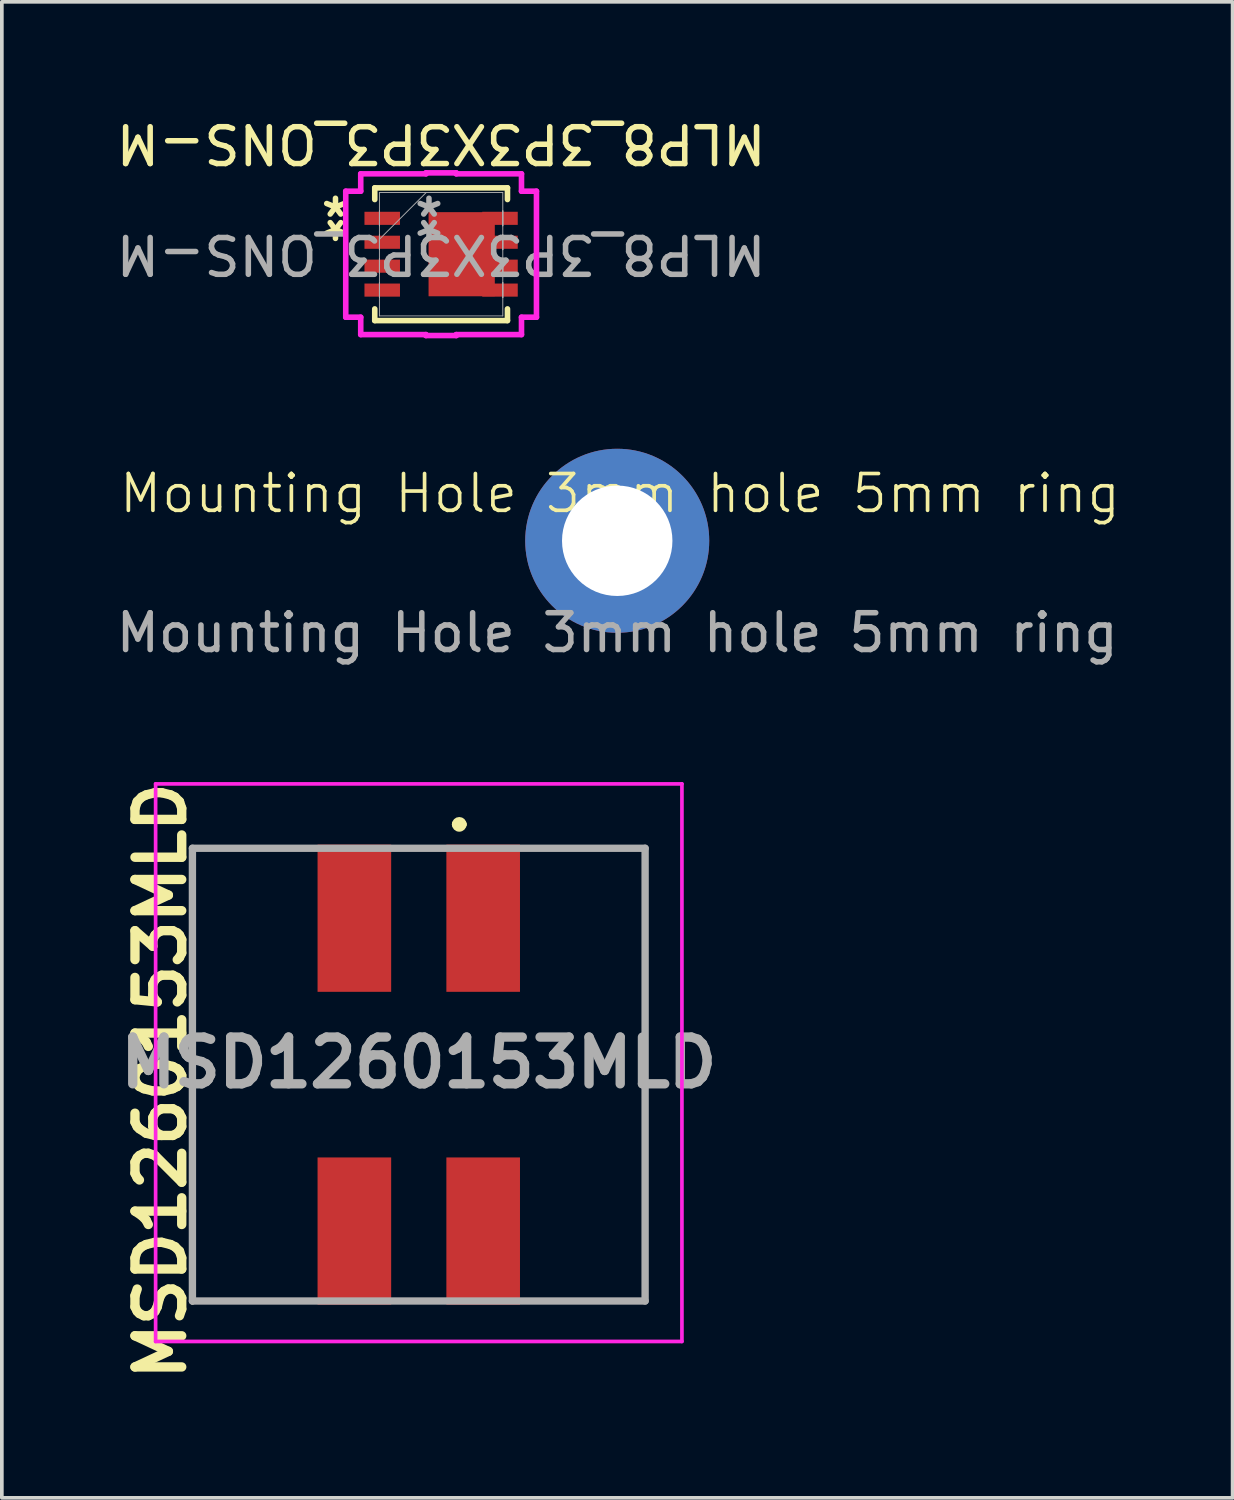
<source format=kicad_pcb>
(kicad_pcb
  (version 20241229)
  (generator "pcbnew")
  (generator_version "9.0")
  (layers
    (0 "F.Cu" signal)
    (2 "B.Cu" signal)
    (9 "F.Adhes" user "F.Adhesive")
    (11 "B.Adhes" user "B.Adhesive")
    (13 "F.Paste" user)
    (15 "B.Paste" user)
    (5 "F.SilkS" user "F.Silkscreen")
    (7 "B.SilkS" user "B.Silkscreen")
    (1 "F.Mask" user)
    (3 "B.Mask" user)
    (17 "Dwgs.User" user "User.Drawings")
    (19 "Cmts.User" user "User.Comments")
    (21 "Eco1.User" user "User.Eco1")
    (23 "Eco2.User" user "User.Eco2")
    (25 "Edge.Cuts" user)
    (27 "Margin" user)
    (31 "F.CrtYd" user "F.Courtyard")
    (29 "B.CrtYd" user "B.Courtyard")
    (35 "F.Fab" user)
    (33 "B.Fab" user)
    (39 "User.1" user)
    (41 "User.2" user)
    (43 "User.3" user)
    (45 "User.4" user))
  (footprint "MSD1260153MLD"
    (layer "F.Cu")
    (at 8.328 26.148)
    (property "Reference" "MSD1260153MLD" (at -7.015 0.171 90) (layer "F.SilkS") (effects (font (size 1.27 1.27) (thickness 0.254))))
    (attr smd)
    (fp_line (start -6.15 -6.15) (end -6.15 6.2) (stroke (width 0.1) (type solid)) (layer "F.SilkS"))
    (fp_line (start -6.15 6.15) (end -3.4 6.15) (stroke (width 0.1) (type solid)) (layer "F.SilkS"))
    (fp_line (start -3.4 -6.15) (end -6.15 -6.15) (stroke (width 0.1) (type solid)) (layer "F.SilkS"))
    (fp_line (start 1 -6.8) (end 1 -6.8) (stroke (width 0.2) (type solid)) (layer "F.SilkS"))
    (fp_line (start 1.2 -6.8) (end 1.2 -6.8) (stroke (width 0.2) (type solid)) (layer "F.SilkS"))
    (fp_line (start 3.2 -6.15) (end 6.15 -6.15) (stroke (width 0.1) (type solid)) (layer "F.SilkS"))
    (fp_line (start 6.15 -6.15) (end 6.15 6.15) (stroke (width 0.1) (type solid)) (layer "F.SilkS"))
    (fp_line (start 6.15 6.15) (end 3.4 6.15) (stroke (width 0.1) (type solid)) (layer "F.SilkS"))
    (fp_arc (start 1 -6.8) (mid 1.1 -6.9) (end 1.2 -6.8) (stroke (width 0.2) (type solid)) (layer "F.SilkS"))
    (fp_arc (start 1.2 -6.8) (mid 1.1 -6.7) (end 1 -6.8) (stroke (width 0.2) (type solid)) (layer "F.SilkS"))
    (fp_line (start -7.15 -7.9) (end 7.15 -7.9) (stroke (width 0.1) (type solid)) (layer "F.CrtYd"))
    (fp_line (start -7.15 7.25) (end -7.15 -7.9) (stroke (width 0.1) (type solid)) (layer "F.CrtYd"))
    (fp_line (start 7.15 -7.9) (end 7.15 7.25) (stroke (width 0.1) (type solid)) (layer "F.CrtYd"))
    (fp_line (start 7.15 7.25) (end -7.15 7.25) (stroke (width 0.1) (type solid)) (layer "F.CrtYd"))
    (fp_line (start -6.15 -6.15) (end 6.15 -6.15) (stroke (width 0.2) (type solid)) (layer "F.Fab"))
    (fp_line (start -6.15 6.15) (end -6.15 -6.15) (stroke (width 0.2) (type solid)) (layer "F.Fab"))
    (fp_line (start 6.15 -6.15) (end 6.15 6.15) (stroke (width 0.2) (type solid)) (layer "F.Fab"))
    (fp_line (start 6.15 6.15) (end -6.15 6.15) (stroke (width 0.2) (type solid)) (layer "F.Fab"))
    (fp_text user "${REFERENCE}" (at 0 -0.325 0) (layer "F.Fab") (effects (font (size 1.27 1.27) (thickness 0.254))))
    (pad "1" smd rect (at 1.75 -4.25 180) (size 2 4) (layers "F.Cu" "F.Mask" "F.Paste"))
    (pad "2" smd rect (at -1.75 -4.25 180) (size 2 4) (layers "F.Cu" "F.Mask" "F.Paste"))
    (pad "3" smd rect (at -1.75 4.25 180) (size 2 4) (layers "F.Cu" "F.Mask" "F.Paste"))
    (pad "4" smd rect (at 1.75 4.25 180) (size 2 4) (layers "F.Cu" "F.Mask" "F.Paste")))
  (footprint "MLP8_3P3X3P3_ONS-M"
    (layer "F.Cu")
    (at 8.935 3.857)
    (property "Reference" "MLP8_3P3X3P3_ONS-M" (at 0 -3.009 180) (unlocked yes) (layer "F.SilkS") (effects (font (size 1 1) (thickness 0.15))))
    (attr smd)
    (fp_poly (pts (xy -0.352 -1.156) (xy 1.452 -1.156) (xy 1.452 1.156) (xy -0.352 1.156)) (stroke (width 0) (type solid)) (fill yes) (layer "F.Mask"))
    (fp_line (start -1.803 -1.803) (end -1.803 -1.486) (stroke (width 0.152) (type solid)) (layer "F.SilkS"))
    (fp_line (start -1.803 1.486) (end -1.803 1.803) (stroke (width 0.152) (type solid)) (layer "F.SilkS"))
    (fp_line (start -1.803 1.803) (end 1.803 1.803) (stroke (width 0.152) (type solid)) (layer "F.SilkS"))
    (fp_line (start 1.803 -1.803) (end -1.803 -1.803) (stroke (width 0.152) (type solid)) (layer "F.SilkS"))
    (fp_line (start 1.803 -1.486) (end 1.803 -1.803) (stroke (width 0.152) (type solid)) (layer "F.SilkS"))
    (fp_line (start 1.803 1.803) (end 1.803 1.486) (stroke (width 0.152) (type solid)) (layer "F.SilkS"))
    (fp_poly (pts (xy -0.352 -1.156) (xy 1.452 -1.156) (xy 1.452 1.156) (xy -0.352 1.156)) (stroke (width 0) (type solid)) (fill yes) (layer "F.Paste"))
    (fp_line (start -2.591 -1.712) (end -2.184 -1.712) (stroke (width 0.152) (type solid)) (layer "F.CrtYd"))
    (fp_line (start -2.591 1.712) (end -2.591 -1.712) (stroke (width 0.152) (type solid)) (layer "F.CrtYd"))
    (fp_line (start -2.184 -2.184) (end -0.412 -2.184) (stroke (width 0.152) (type solid)) (layer "F.CrtYd"))
    (fp_line (start -2.184 -1.712) (end -2.184 -2.184) (stroke (width 0.152) (type solid)) (layer "F.CrtYd"))
    (fp_line (start -2.184 1.712) (end -2.591 1.712) (stroke (width 0.152) (type solid)) (layer "F.CrtYd"))
    (fp_line (start -2.184 2.184) (end -2.184 1.712) (stroke (width 0.152) (type solid)) (layer "F.CrtYd"))
    (fp_line (start -0.412 -2.21) (end 0.412 -2.21) (stroke (width 0.152) (type solid)) (layer "F.CrtYd"))
    (fp_line (start -0.412 -2.184) (end -0.412 -2.21) (stroke (width 0.152) (type solid)) (layer "F.CrtYd"))
    (fp_line (start -0.412 2.184) (end -2.184 2.184) (stroke (width 0.152) (type solid)) (layer "F.CrtYd"))
    (fp_line (start -0.412 2.21) (end -0.412 2.184) (stroke (width 0.152) (type solid)) (layer "F.CrtYd"))
    (fp_line (start 0.412 -2.21) (end 0.412 -2.184) (stroke (width 0.152) (type solid)) (layer "F.CrtYd"))
    (fp_line (start 0.412 -2.184) (end 2.184 -2.184) (stroke (width 0.152) (type solid)) (layer "F.CrtYd"))
    (fp_line (start 0.412 2.184) (end 0.412 2.21) (stroke (width 0.152) (type solid)) (layer "F.CrtYd"))
    (fp_line (start 0.412 2.21) (end -0.412 2.21) (stroke (width 0.152) (type solid)) (layer "F.CrtYd"))
    (fp_line (start 2.184 -2.184) (end 2.184 -1.712) (stroke (width 0.152) (type solid)) (layer "F.CrtYd"))
    (fp_line (start 2.184 -1.712) (end 2.591 -1.712) (stroke (width 0.152) (type solid)) (layer "F.CrtYd"))
    (fp_line (start 2.184 1.712) (end 2.184 2.184) (stroke (width 0.152) (type solid)) (layer "F.CrtYd"))
    (fp_line (start 2.184 2.184) (end 0.412 2.184) (stroke (width 0.152) (type solid)) (layer "F.CrtYd"))
    (fp_line (start 2.591 -1.712) (end 2.591 1.712) (stroke (width 0.152) (type solid)) (layer "F.CrtYd"))
    (fp_line (start 2.591 1.712) (end 2.184 1.712) (stroke (width 0.152) (type solid)) (layer "F.CrtYd"))
    (fp_line (start -1.676 -1.676) (end -1.676 1.676) (stroke (width 0.025) (type solid)) (layer "F.Fab"))
    (fp_line (start -1.676 -1.178) (end -1.676 -1.178) (stroke (width 0.025) (type solid)) (layer "F.Fab"))
    (fp_line (start -1.676 -1.178) (end -1.676 -0.772) (stroke (width 0.025) (type solid)) (layer "F.Fab"))
    (fp_line (start -1.676 -0.772) (end -1.676 -1.178) (stroke (width 0.025) (type solid)) (layer "F.Fab"))
    (fp_line (start -1.676 -0.772) (end -1.676 -0.772) (stroke (width 0.025) (type solid)) (layer "F.Fab"))
    (fp_line (start -1.676 -0.528) (end -1.676 -0.528) (stroke (width 0.025) (type solid)) (layer "F.Fab"))
    (fp_line (start -1.676 -0.528) (end -1.676 -0.122) (stroke (width 0.025) (type solid)) (layer "F.Fab"))
    (fp_line (start -1.676 -0.406) (end -0.406 -1.676) (stroke (width 0.025) (type solid)) (layer "F.Fab"))
    (fp_line (start -1.676 -0.122) (end -1.676 -0.528) (stroke (width 0.025) (type solid)) (layer "F.Fab"))
    (fp_line (start -1.676 -0.122) (end -1.676 -0.122) (stroke (width 0.025) (type solid)) (layer "F.Fab"))
    (fp_line (start -1.676 0.122) (end -1.676 0.122) (stroke (width 0.025) (type solid)) (layer "F.Fab"))
    (fp_line (start -1.676 0.122) (end -1.676 0.528) (stroke (width 0.025) (type solid)) (layer "F.Fab"))
    (fp_line (start -1.676 0.528) (end -1.676 0.122) (stroke (width 0.025) (type solid)) (layer "F.Fab"))
    (fp_line (start -1.676 0.528) (end -1.676 0.528) (stroke (width 0.025) (type solid)) (layer "F.Fab"))
    (fp_line (start -1.676 0.772) (end -1.676 0.772) (stroke (width 0.025) (type solid)) (layer "F.Fab"))
    (fp_line (start -1.676 0.772) (end -1.676 1.178) (stroke (width 0.025) (type solid)) (layer "F.Fab"))
    (fp_line (start -1.676 1.178) (end -1.676 0.772) (stroke (width 0.025) (type solid)) (layer "F.Fab"))
    (fp_line (start -1.676 1.178) (end -1.676 1.178) (stroke (width 0.025) (type solid)) (layer "F.Fab"))
    (fp_line (start -1.676 1.676) (end 1.676 1.676) (stroke (width 0.025) (type solid)) (layer "F.Fab"))
    (fp_line (start 1.676 -1.676) (end -1.676 -1.676) (stroke (width 0.025) (type solid)) (layer "F.Fab"))
    (fp_line (start 1.676 -1.178) (end 1.676 -1.178) (stroke (width 0.025) (type solid)) (layer "F.Fab"))
    (fp_line (start 1.676 -1.178) (end 1.676 -0.772) (stroke (width 0.025) (type solid)) (layer "F.Fab"))
    (fp_line (start 1.676 -0.772) (end 1.676 -1.178) (stroke (width 0.025) (type solid)) (layer "F.Fab"))
    (fp_line (start 1.676 -0.772) (end 1.676 -0.772) (stroke (width 0.025) (type solid)) (layer "F.Fab"))
    (fp_line (start 1.676 -0.528) (end 1.676 -0.528) (stroke (width 0.025) (type solid)) (layer "F.Fab"))
    (fp_line (start 1.676 -0.528) (end 1.676 -0.122) (stroke (width 0.025) (type solid)) (layer "F.Fab"))
    (fp_line (start 1.676 -0.122) (end 1.676 -0.528) (stroke (width 0.025) (type solid)) (layer "F.Fab"))
    (fp_line (start 1.676 -0.122) (end 1.676 -0.122) (stroke (width 0.025) (type solid)) (layer "F.Fab"))
    (fp_line (start 1.676 0.122) (end 1.676 0.122) (stroke (width 0.025) (type solid)) (layer "F.Fab"))
    (fp_line (start 1.676 0.122) (end 1.676 0.528) (stroke (width 0.025) (type solid)) (layer "F.Fab"))
    (fp_line (start 1.676 0.528) (end 1.676 0.122) (stroke (width 0.025) (type solid)) (layer "F.Fab"))
    (fp_line (start 1.676 0.528) (end 1.676 0.528) (stroke (width 0.025) (type solid)) (layer "F.Fab"))
    (fp_line (start 1.676 0.772) (end 1.676 0.772) (stroke (width 0.025) (type solid)) (layer "F.Fab"))
    (fp_line (start 1.676 0.772) (end 1.676 1.178) (stroke (width 0.025) (type solid)) (layer "F.Fab"))
    (fp_line (start 1.676 1.178) (end 1.676 0.772) (stroke (width 0.025) (type solid)) (layer "F.Fab"))
    (fp_line (start 1.676 1.178) (end 1.676 1.178) (stroke (width 0.025) (type solid)) (layer "F.Fab"))
    (fp_line (start 1.676 1.676) (end 1.676 -1.676) (stroke (width 0.025) (type solid)) (layer "F.Fab"))
    (fp_text user "*" (at -2.87 -0.975 180) (unlocked yes) (layer "F.SilkS") (effects (font (size 1 1) (thickness 0.15))))
    (fp_text user "*" (at -2.87 -0.975 0) (layer "F.SilkS") (effects (font (size 1 1) (thickness 0.15))))
    (fp_text user "${REFERENCE}" (at 0 0 180) (unlocked yes) (layer "F.Fab") (effects (font (size 1 1) (thickness 0.15))))
    (fp_text user "*" (at -0.33 -0.975 180) (unlocked yes) (layer "F.Fab") (effects (font (size 1 1) (thickness 0.15))))
    (fp_text user "*" (at -0.33 -0.975 0) (layer "F.Fab") (effects (font (size 1 1) (thickness 0.15))))
    (pad "1" smd rect (at 0.559 0 270) (size 2.286 1.8) (layers "F.Cu" "F.Mask" "F.Paste"))
    (pad "1" smd rect (at 1.6 -0.975 270) (size 0.356 0.965) (layers "F.Cu" "F.Mask" "F.Paste"))
    (pad "1" smd rect (at 1.6 -0.325 270) (size 0.356 0.965) (layers "F.Cu" "F.Mask" "F.Paste"))
    (pad "1" smd rect (at 1.6 0.325 270) (size 0.356 0.965) (layers "F.Cu" "F.Mask" "F.Paste"))
    (pad "1" smd rect (at 1.6 0.975 270) (size 0.356 0.965) (layers "F.Cu" "F.Mask" "F.Paste"))
    (pad "2" smd rect (at -1.6 -0.975 270) (size 0.356 0.965) (layers "F.Cu" "F.Mask" "F.Paste"))
    (pad "3" smd rect (at -1.6 -0.325 270) (size 0.356 0.965) (layers "F.Cu" "F.Mask" "F.Paste"))
    (pad "3" smd rect (at -1.6 0.325 270) (size 0.356 0.965) (layers "F.Cu" "F.Mask" "F.Paste"))
    (pad "3" smd rect (at -1.6 0.975 270) (size 0.356 0.965) (layers "F.Cu" "F.Mask" "F.Paste")))
  (footprint "Mounting Hole 3mm hole 5mm ring"
    (layer "F.Cu")
    (at 13.72 11.643)
    (property "Reference" "Mounting Hole 3mm hole 5mm ring" (at 0.075 -1.285 0) (unlocked yes) (layer "F.SilkS") (effects (font (size 1 1) (thickness 0.1))))
    (attr through_hole)
    (fp_text user "${REFERENCE}" (at 0 2.5 0) (unlocked yes) (layer "F.Fab") (effects (font (size 1 1) (thickness 0.15))))
    (pad "1" thru_hole circle (at 0 0) (size 5 5) (drill 3) (layers "*.Cu" "*.Mask")))
  (gr_rect
    (start -3 -3)
    (end 30.44 37.647)
    (stroke (width 0.1) (type default))
    (fill no)
    (layer "Edge.Cuts")))
</source>
